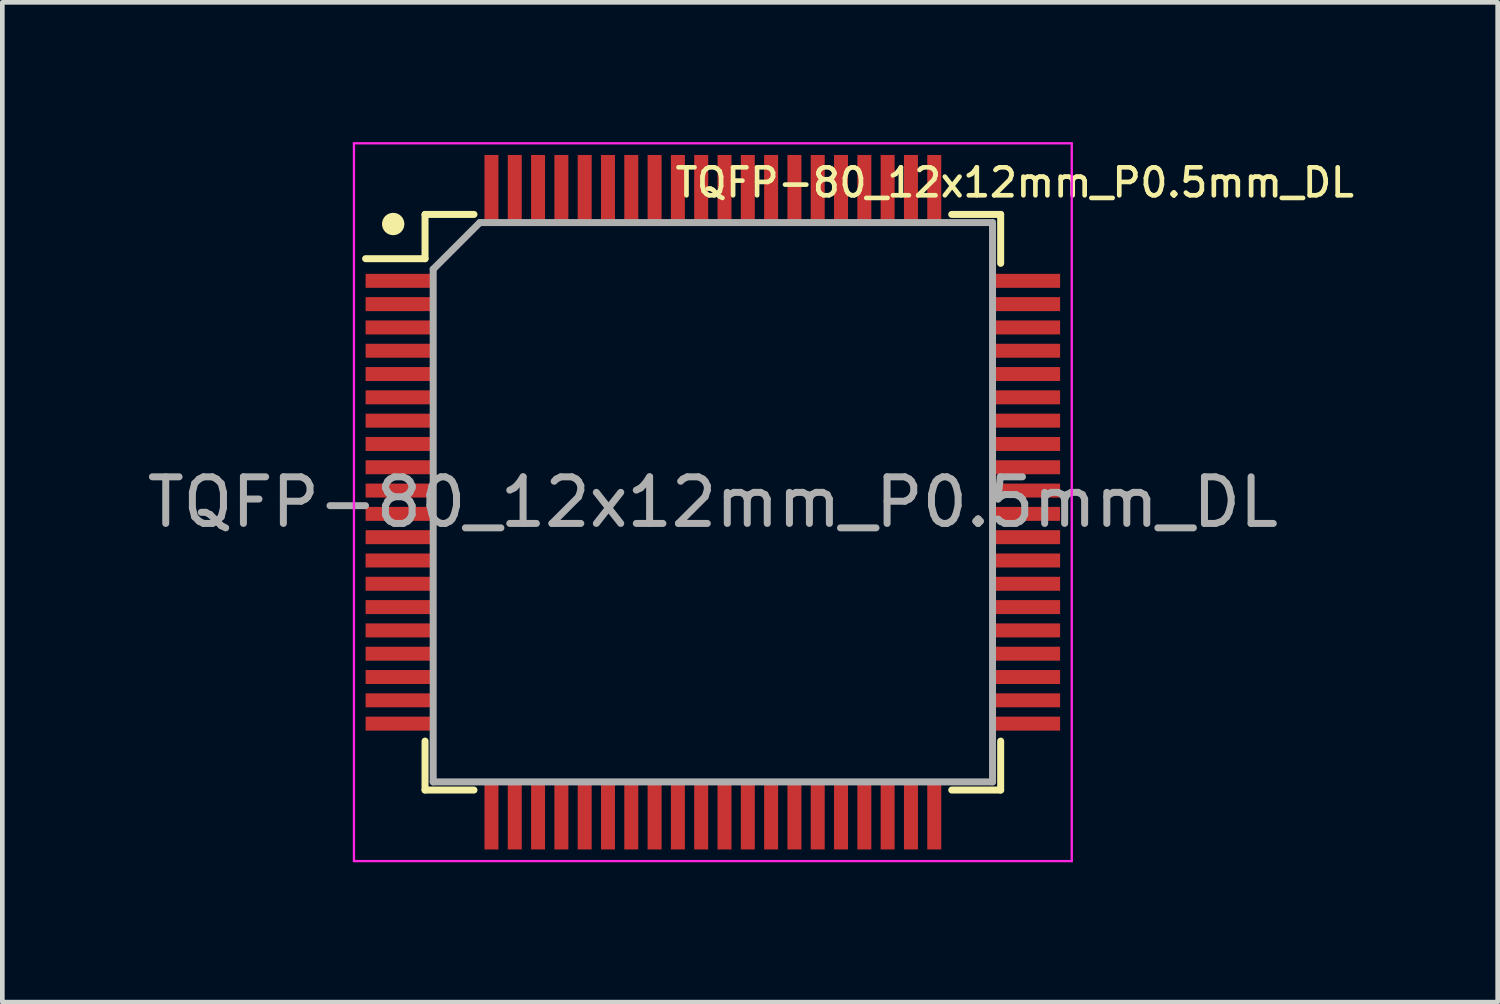
<source format=kicad_pcb>
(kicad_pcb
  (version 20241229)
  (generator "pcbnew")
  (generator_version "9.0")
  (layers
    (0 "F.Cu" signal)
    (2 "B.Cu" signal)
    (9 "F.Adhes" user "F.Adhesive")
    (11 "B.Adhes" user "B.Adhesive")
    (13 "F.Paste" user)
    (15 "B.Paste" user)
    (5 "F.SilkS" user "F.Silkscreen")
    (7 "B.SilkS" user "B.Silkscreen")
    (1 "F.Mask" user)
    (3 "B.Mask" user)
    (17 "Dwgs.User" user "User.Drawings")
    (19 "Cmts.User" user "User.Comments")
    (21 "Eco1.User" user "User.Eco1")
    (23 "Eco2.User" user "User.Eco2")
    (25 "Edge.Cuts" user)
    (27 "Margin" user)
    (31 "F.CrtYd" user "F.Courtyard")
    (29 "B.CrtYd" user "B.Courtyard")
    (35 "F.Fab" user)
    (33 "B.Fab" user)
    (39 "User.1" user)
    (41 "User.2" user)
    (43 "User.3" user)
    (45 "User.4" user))
  (footprint "TQFP-80_12x12mm_P0.5mm_DL"
    (layer "F.Cu")
    (at 12.244 7.725)
    (property "Reference" "TQFP-80_12x12mm_P0.5mm_DL" (at 6.477 -6.858 0) (layer "F.SilkS") (effects (font (size 0.6 0.6) (thickness 0.1))))
    (attr smd)
    (fp_line (start -6.175 -6.175) (end -6.175 -5.225) (stroke (width 0.15) (type solid)) (layer "F.SilkS"))
    (fp_line (start -6.175 -6.175) (end -5.125 -6.175) (stroke (width 0.15) (type solid)) (layer "F.SilkS"))
    (fp_line (start -6.175 -5.225) (end -7.45 -5.225) (stroke (width 0.15) (type solid)) (layer "F.SilkS"))
    (fp_line (start -6.175 6.175) (end -6.175 5.125) (stroke (width 0.15) (type solid)) (layer "F.SilkS"))
    (fp_line (start -6.175 6.175) (end -5.125 6.175) (stroke (width 0.15) (type solid)) (layer "F.SilkS"))
    (fp_line (start 6.175 -6.175) (end 5.125 -6.175) (stroke (width 0.15) (type solid)) (layer "F.SilkS"))
    (fp_line (start 6.175 -6.175) (end 6.175 -5.125) (stroke (width 0.15) (type solid)) (layer "F.SilkS"))
    (fp_line (start 6.175 6.175) (end 5.125 6.175) (stroke (width 0.15) (type solid)) (layer "F.SilkS"))
    (fp_line (start 6.175 6.175) (end 6.175 5.125) (stroke (width 0.15) (type solid)) (layer "F.SilkS"))
    (fp_circle (center -6.858 -5.969) (end -6.678 -5.969) (stroke (width 0.12) (type solid)) (fill yes) (layer "F.SilkS"))
    (fp_line (start -7.7 -7.7) (end -7.7 7.7) (stroke (width 0.05) (type solid)) (layer "F.CrtYd"))
    (fp_line (start -7.7 -7.7) (end 7.7 -7.7) (stroke (width 0.05) (type solid)) (layer "F.CrtYd"))
    (fp_line (start -7.7 7.7) (end 7.7 7.7) (stroke (width 0.05) (type solid)) (layer "F.CrtYd"))
    (fp_line (start 7.7 -7.7) (end 7.7 7.7) (stroke (width 0.05) (type solid)) (layer "F.CrtYd"))
    (fp_line (start -6 -5) (end -5 -6) (stroke (width 0.15) (type solid)) (layer "F.Fab"))
    (fp_line (start -6 6) (end -6 -5) (stroke (width 0.15) (type solid)) (layer "F.Fab"))
    (fp_line (start -5 -6) (end 6 -6) (stroke (width 0.15) (type solid)) (layer "F.Fab"))
    (fp_line (start 6 -6) (end 6 6) (stroke (width 0.15) (type solid)) (layer "F.Fab"))
    (fp_line (start 6 6) (end -6 6) (stroke (width 0.15) (type solid)) (layer "F.Fab"))
    (fp_text user "${REFERENCE}" (at 0 0 0) (layer "F.Fab") (effects (font (size 1 1) (thickness 0.15))))
    (pad "1" smd rect (at -6.7 -4.75) (size 1.5 0.3) (layers "F.Cu" "F.Mask" "F.Paste"))
    (pad "2" smd rect (at -6.7 -4.25) (size 1.5 0.3) (layers "F.Cu" "F.Mask" "F.Paste"))
    (pad "3" smd rect (at -6.7 -3.75) (size 1.5 0.3) (layers "F.Cu" "F.Mask" "F.Paste"))
    (pad "4" smd rect (at -6.7 -3.25) (size 1.5 0.3) (layers "F.Cu" "F.Mask" "F.Paste"))
    (pad "5" smd rect (at -6.7 -2.75) (size 1.5 0.3) (layers "F.Cu" "F.Mask" "F.Paste"))
    (pad "6" smd rect (at -6.7 -2.25) (size 1.5 0.3) (layers "F.Cu" "F.Mask" "F.Paste"))
    (pad "7" smd rect (at -6.7 -1.75) (size 1.5 0.3) (layers "F.Cu" "F.Mask" "F.Paste"))
    (pad "8" smd rect (at -6.7 -1.25) (size 1.5 0.3) (layers "F.Cu" "F.Mask" "F.Paste"))
    (pad "9" smd rect (at -6.7 -0.75) (size 1.5 0.3) (layers "F.Cu" "F.Mask" "F.Paste"))
    (pad "10" smd rect (at -6.7 -0.25) (size 1.5 0.3) (layers "F.Cu" "F.Mask" "F.Paste"))
    (pad "11" smd rect (at -6.7 0.25) (size 1.5 0.3) (layers "F.Cu" "F.Mask" "F.Paste"))
    (pad "12" smd rect (at -6.7 0.75) (size 1.5 0.3) (layers "F.Cu" "F.Mask" "F.Paste"))
    (pad "13" smd rect (at -6.7 1.25) (size 1.5 0.3) (layers "F.Cu" "F.Mask" "F.Paste"))
    (pad "14" smd rect (at -6.7 1.75) (size 1.5 0.3) (layers "F.Cu" "F.Mask" "F.Paste"))
    (pad "15" smd rect (at -6.7 2.25) (size 1.5 0.3) (layers "F.Cu" "F.Mask" "F.Paste"))
    (pad "16" smd rect (at -6.7 2.75) (size 1.5 0.3) (layers "F.Cu" "F.Mask" "F.Paste"))
    (pad "17" smd rect (at -6.7 3.25) (size 1.5 0.3) (layers "F.Cu" "F.Mask" "F.Paste"))
    (pad "18" smd rect (at -6.7 3.75) (size 1.5 0.3) (layers "F.Cu" "F.Mask" "F.Paste"))
    (pad "19" smd rect (at -6.7 4.25) (size 1.5 0.3) (layers "F.Cu" "F.Mask" "F.Paste"))
    (pad "20" smd rect (at -6.7 4.75) (size 1.5 0.3) (layers "F.Cu" "F.Mask" "F.Paste"))
    (pad "21" smd rect (at -4.75 6.7 90) (size 1.5 0.3) (layers "F.Cu" "F.Mask" "F.Paste"))
    (pad "22" smd rect (at -4.25 6.7 90) (size 1.5 0.3) (layers "F.Cu" "F.Mask" "F.Paste"))
    (pad "23" smd rect (at -3.75 6.7 90) (size 1.5 0.3) (layers "F.Cu" "F.Mask" "F.Paste"))
    (pad "24" smd rect (at -3.25 6.7 90) (size 1.5 0.3) (layers "F.Cu" "F.Mask" "F.Paste"))
    (pad "25" smd rect (at -2.75 6.7 90) (size 1.5 0.3) (layers "F.Cu" "F.Mask" "F.Paste"))
    (pad "26" smd rect (at -2.25 6.7 90) (size 1.5 0.3) (layers "F.Cu" "F.Mask" "F.Paste"))
    (pad "27" smd rect (at -1.75 6.7 90) (size 1.5 0.3) (layers "F.Cu" "F.Mask" "F.Paste"))
    (pad "28" smd rect (at -1.25 6.7 90) (size 1.5 0.3) (layers "F.Cu" "F.Mask" "F.Paste"))
    (pad "29" smd rect (at -0.75 6.7 90) (size 1.5 0.3) (layers "F.Cu" "F.Mask" "F.Paste"))
    (pad "30" smd rect (at -0.25 6.7 90) (size 1.5 0.3) (layers "F.Cu" "F.Mask" "F.Paste"))
    (pad "31" smd rect (at 0.25 6.7 90) (size 1.5 0.3) (layers "F.Cu" "F.Mask" "F.Paste"))
    (pad "32" smd rect (at 0.75 6.7 90) (size 1.5 0.3) (layers "F.Cu" "F.Mask" "F.Paste"))
    (pad "33" smd rect (at 1.25 6.7 90) (size 1.5 0.3) (layers "F.Cu" "F.Mask" "F.Paste"))
    (pad "34" smd rect (at 1.75 6.7 90) (size 1.5 0.3) (layers "F.Cu" "F.Mask" "F.Paste"))
    (pad "35" smd rect (at 2.25 6.7 90) (size 1.5 0.3) (layers "F.Cu" "F.Mask" "F.Paste"))
    (pad "36" smd rect (at 2.75 6.7 90) (size 1.5 0.3) (layers "F.Cu" "F.Mask" "F.Paste"))
    (pad "37" smd rect (at 3.25 6.7 90) (size 1.5 0.3) (layers "F.Cu" "F.Mask" "F.Paste"))
    (pad "38" smd rect (at 3.75 6.7 90) (size 1.5 0.3) (layers "F.Cu" "F.Mask" "F.Paste"))
    (pad "39" smd rect (at 4.25 6.7 90) (size 1.5 0.3) (layers "F.Cu" "F.Mask" "F.Paste"))
    (pad "40" smd rect (at 4.75 6.7 90) (size 1.5 0.3) (layers "F.Cu" "F.Mask" "F.Paste"))
    (pad "41" smd rect (at 6.7 4.75) (size 1.5 0.3) (layers "F.Cu" "F.Mask" "F.Paste"))
    (pad "42" smd rect (at 6.7 4.25) (size 1.5 0.3) (layers "F.Cu" "F.Mask" "F.Paste"))
    (pad "43" smd rect (at 6.7 3.75) (size 1.5 0.3) (layers "F.Cu" "F.Mask" "F.Paste"))
    (pad "44" smd rect (at 6.7 3.25) (size 1.5 0.3) (layers "F.Cu" "F.Mask" "F.Paste"))
    (pad "45" smd rect (at 6.7 2.75) (size 1.5 0.3) (layers "F.Cu" "F.Mask" "F.Paste"))
    (pad "46" smd rect (at 6.7 2.25) (size 1.5 0.3) (layers "F.Cu" "F.Mask" "F.Paste"))
    (pad "47" smd rect (at 6.7 1.75) (size 1.5 0.3) (layers "F.Cu" "F.Mask" "F.Paste"))
    (pad "48" smd rect (at 6.7 1.25) (size 1.5 0.3) (layers "F.Cu" "F.Mask" "F.Paste"))
    (pad "49" smd rect (at 6.7 0.75) (size 1.5 0.3) (layers "F.Cu" "F.Mask" "F.Paste"))
    (pad "50" smd rect (at 6.7 0.25) (size 1.5 0.3) (layers "F.Cu" "F.Mask" "F.Paste"))
    (pad "51" smd rect (at 6.7 -0.25) (size 1.5 0.3) (layers "F.Cu" "F.Mask" "F.Paste"))
    (pad "52" smd rect (at 6.7 -0.75) (size 1.5 0.3) (layers "F.Cu" "F.Mask" "F.Paste"))
    (pad "53" smd rect (at 6.7 -1.25) (size 1.5 0.3) (layers "F.Cu" "F.Mask" "F.Paste"))
    (pad "54" smd rect (at 6.7 -1.75) (size 1.5 0.3) (layers "F.Cu" "F.Mask" "F.Paste"))
    (pad "55" smd rect (at 6.7 -2.25) (size 1.5 0.3) (layers "F.Cu" "F.Mask" "F.Paste"))
    (pad "56" smd rect (at 6.7 -2.75) (size 1.5 0.3) (layers "F.Cu" "F.Mask" "F.Paste"))
    (pad "57" smd rect (at 6.7 -3.25) (size 1.5 0.3) (layers "F.Cu" "F.Mask" "F.Paste"))
    (pad "58" smd rect (at 6.7 -3.75) (size 1.5 0.3) (layers "F.Cu" "F.Mask" "F.Paste"))
    (pad "59" smd rect (at 6.7 -4.25) (size 1.5 0.3) (layers "F.Cu" "F.Mask" "F.Paste"))
    (pad "60" smd rect (at 6.7 -4.75) (size 1.5 0.3) (layers "F.Cu" "F.Mask" "F.Paste"))
    (pad "61" smd rect (at 4.75 -6.7 90) (size 1.5 0.3) (layers "F.Cu" "F.Mask" "F.Paste"))
    (pad "62" smd rect (at 4.25 -6.7 90) (size 1.5 0.3) (layers "F.Cu" "F.Mask" "F.Paste"))
    (pad "63" smd rect (at 3.75 -6.7 90) (size 1.5 0.3) (layers "F.Cu" "F.Mask" "F.Paste"))
    (pad "64" smd rect (at 3.25 -6.7 90) (size 1.5 0.3) (layers "F.Cu" "F.Mask" "F.Paste"))
    (pad "65" smd rect (at 2.75 -6.7 90) (size 1.5 0.3) (layers "F.Cu" "F.Mask" "F.Paste"))
    (pad "66" smd rect (at 2.25 -6.7 90) (size 1.5 0.3) (layers "F.Cu" "F.Mask" "F.Paste"))
    (pad "67" smd rect (at 1.75 -6.7 90) (size 1.5 0.3) (layers "F.Cu" "F.Mask" "F.Paste"))
    (pad "68" smd rect (at 1.25 -6.7 90) (size 1.5 0.3) (layers "F.Cu" "F.Mask" "F.Paste"))
    (pad "69" smd rect (at 0.75 -6.7 90) (size 1.5 0.3) (layers "F.Cu" "F.Mask" "F.Paste"))
    (pad "70" smd rect (at 0.25 -6.7 90) (size 1.5 0.3) (layers "F.Cu" "F.Mask" "F.Paste"))
    (pad "71" smd rect (at -0.25 -6.7 90) (size 1.5 0.3) (layers "F.Cu" "F.Mask" "F.Paste"))
    (pad "72" smd rect (at -0.75 -6.7 90) (size 1.5 0.3) (layers "F.Cu" "F.Mask" "F.Paste"))
    (pad "73" smd rect (at -1.25 -6.7 90) (size 1.5 0.3) (layers "F.Cu" "F.Mask" "F.Paste"))
    (pad "74" smd rect (at -1.75 -6.7 90) (size 1.5 0.3) (layers "F.Cu" "F.Mask" "F.Paste"))
    (pad "75" smd rect (at -2.25 -6.7 90) (size 1.5 0.3) (layers "F.Cu" "F.Mask" "F.Paste"))
    (pad "76" smd rect (at -2.75 -6.7 90) (size 1.5 0.3) (layers "F.Cu" "F.Mask" "F.Paste"))
    (pad "77" smd rect (at -3.25 -6.7 90) (size 1.5 0.3) (layers "F.Cu" "F.Mask" "F.Paste"))
    (pad "78" smd rect (at -3.75 -6.7 90) (size 1.5 0.3) (layers "F.Cu" "F.Mask" "F.Paste"))
    (pad "79" smd rect (at -4.25 -6.7 90) (size 1.5 0.3) (layers "F.Cu" "F.Mask" "F.Paste"))
    (pad "80" smd rect (at -4.75 -6.7 90) (size 1.5 0.3) (layers "F.Cu" "F.Mask" "F.Paste")))
  (gr_rect
    (start -3 -3)
    (end 29.082 18.45)
    (stroke (width 0.1) (type default))
    (fill no)
    (layer "Edge.Cuts")))
</source>
